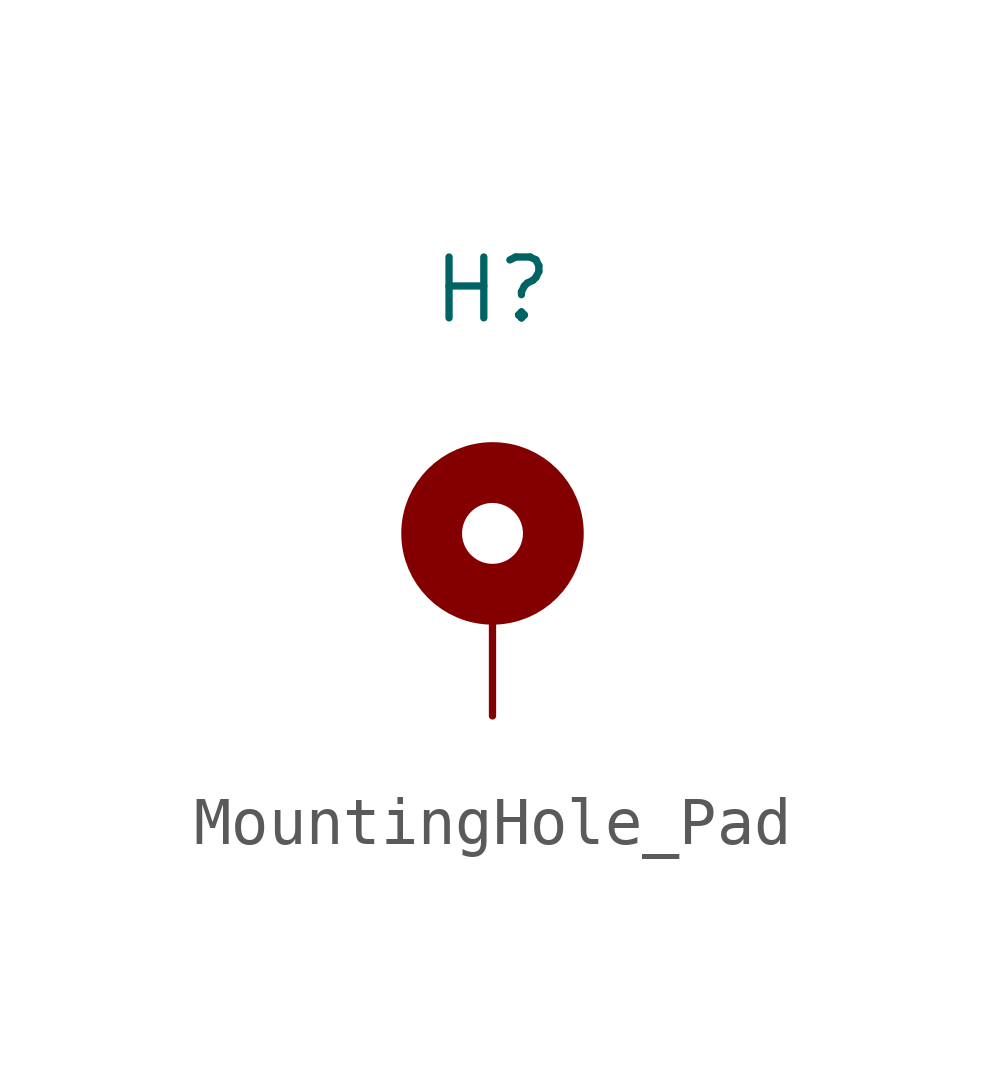
<source format=kicad_sym>
(kicad_symbol_lib
  (version 20220914)
  (generator kicad_symbol_editor)
  (symbol "MountingHole_Pad"
    (pin_numbers hide)
    (pin_names
      (offset 1.016) hide)
    (property "Reference" "H"
      (at 0 6.35 0)
      (effects (font (size 1.27 1.27))))
    (symbol "MountingHole_Pad_0_1"
      (circle (center 0 1.27) (radius 1.27) (stroke (width 1.27) (type default)) (fill (type none))))
    (symbol "MountingHole_Pad_1_1"
      (pin passive line (at 0 -2.54 90) (length 2.54) (name "1" (effects (font (size 1.27 1.27)))) (number "1" (effects (font (size 1.27 1.27))))))))
</source>
